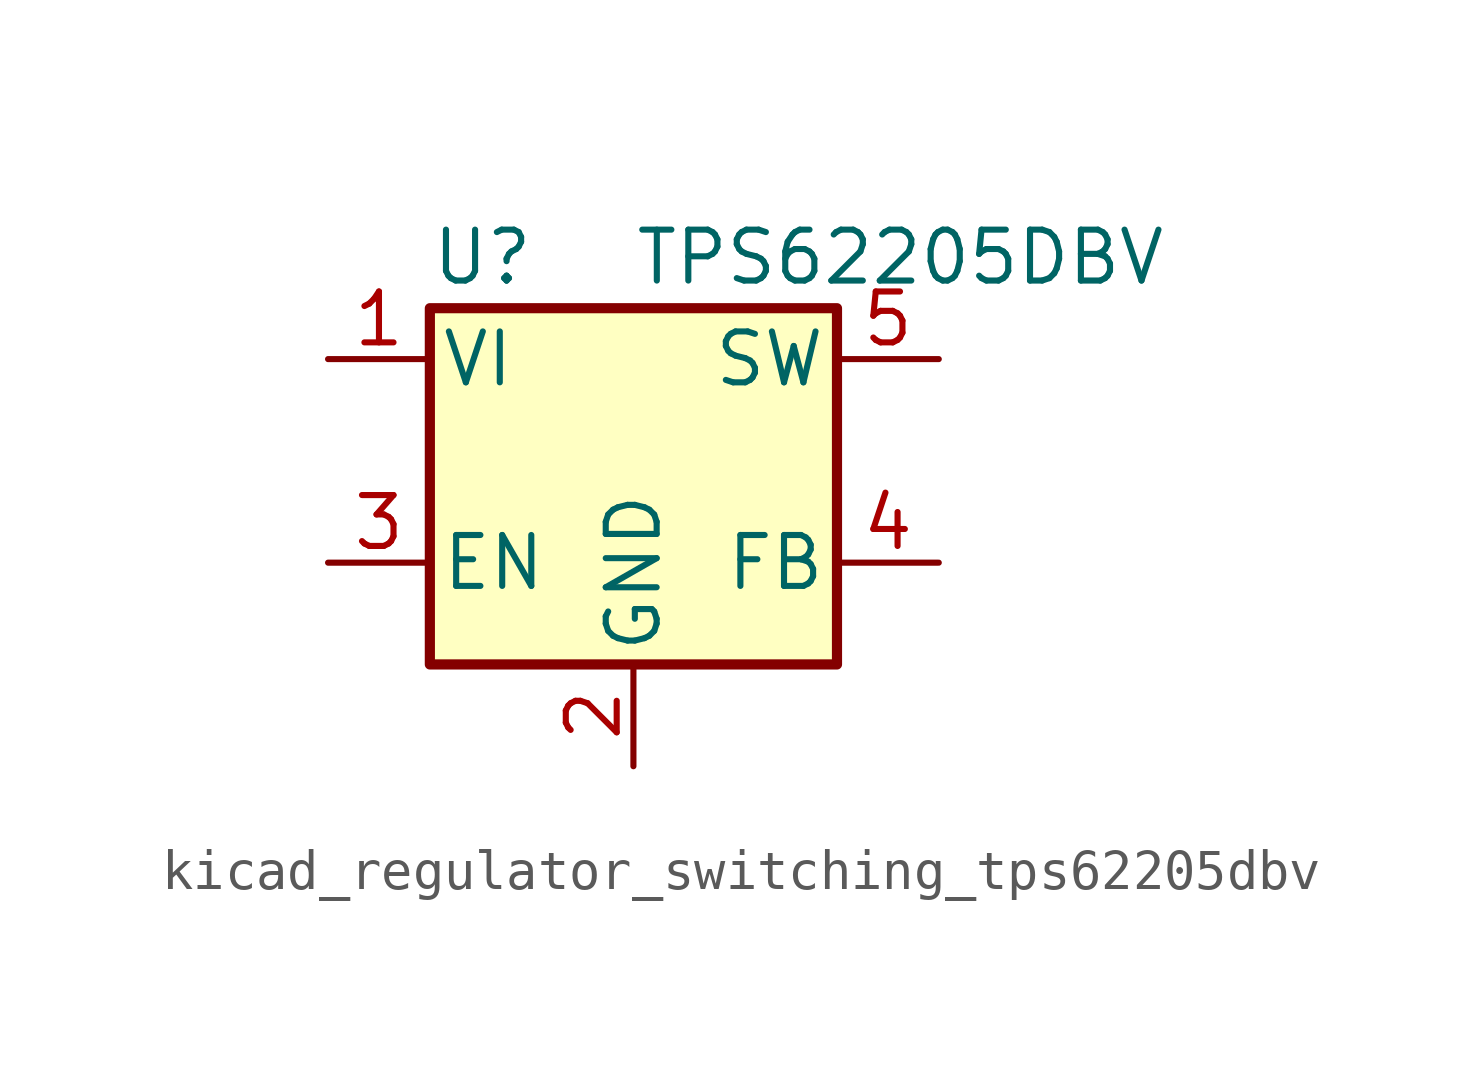
<source format=kicad_sym>
(kicad_symbol_lib
  (version 20220914)
  (generator kicad_symbol_editor)
  (symbol "kicad_regulator_switching_tps62205dbv"
    (pin_names
      (offset 0.254))
    (property "Reference" "U"
      (at -5.08 7.62 0)
      (effects (font (size 1.27 1.27)) (justify left)))
    (property "Value" "TPS62205DBV"
      (at 0 7.62 0)
      (effects (font (size 1.27 1.27)) (justify left)))
    (symbol "kicad_regulator_switching_tps62205dbv_0_1"
      (rectangle (start -5.08 6.35) (end 5.08 -2.54) (stroke (width 0.254) (type default)) (fill (type background))))
    (symbol "kicad_regulator_switching_tps62205dbv_1_1"
      (pin power_in line (at -7.62 5.08 0) (length 2.54) (name "VI" (effects (font (size 1.27 1.27)))) (number "1" (effects (font (size 1.27 1.27)))))
      (pin power_in line (at 0 -5.08 90) (length 2.54) (name "GND" (effects (font (size 1.27 1.27)))) (number "2" (effects (font (size 1.27 1.27)))))
      (pin input line (at -7.62 0 0) (length 2.54) (name "EN" (effects (font (size 1.27 1.27)))) (number "3" (effects (font (size 1.27 1.27)))))
      (pin input line (at 7.62 0 180) (length 2.54) (name "FB" (effects (font (size 1.27 1.27)))) (number "4" (effects (font (size 1.27 1.27)))))
      (pin output line (at 7.62 5.08 180) (length 2.54) (name "SW" (effects (font (size 1.27 1.27)))) (number "5" (effects (font (size 1.27 1.27))))))))
</source>
